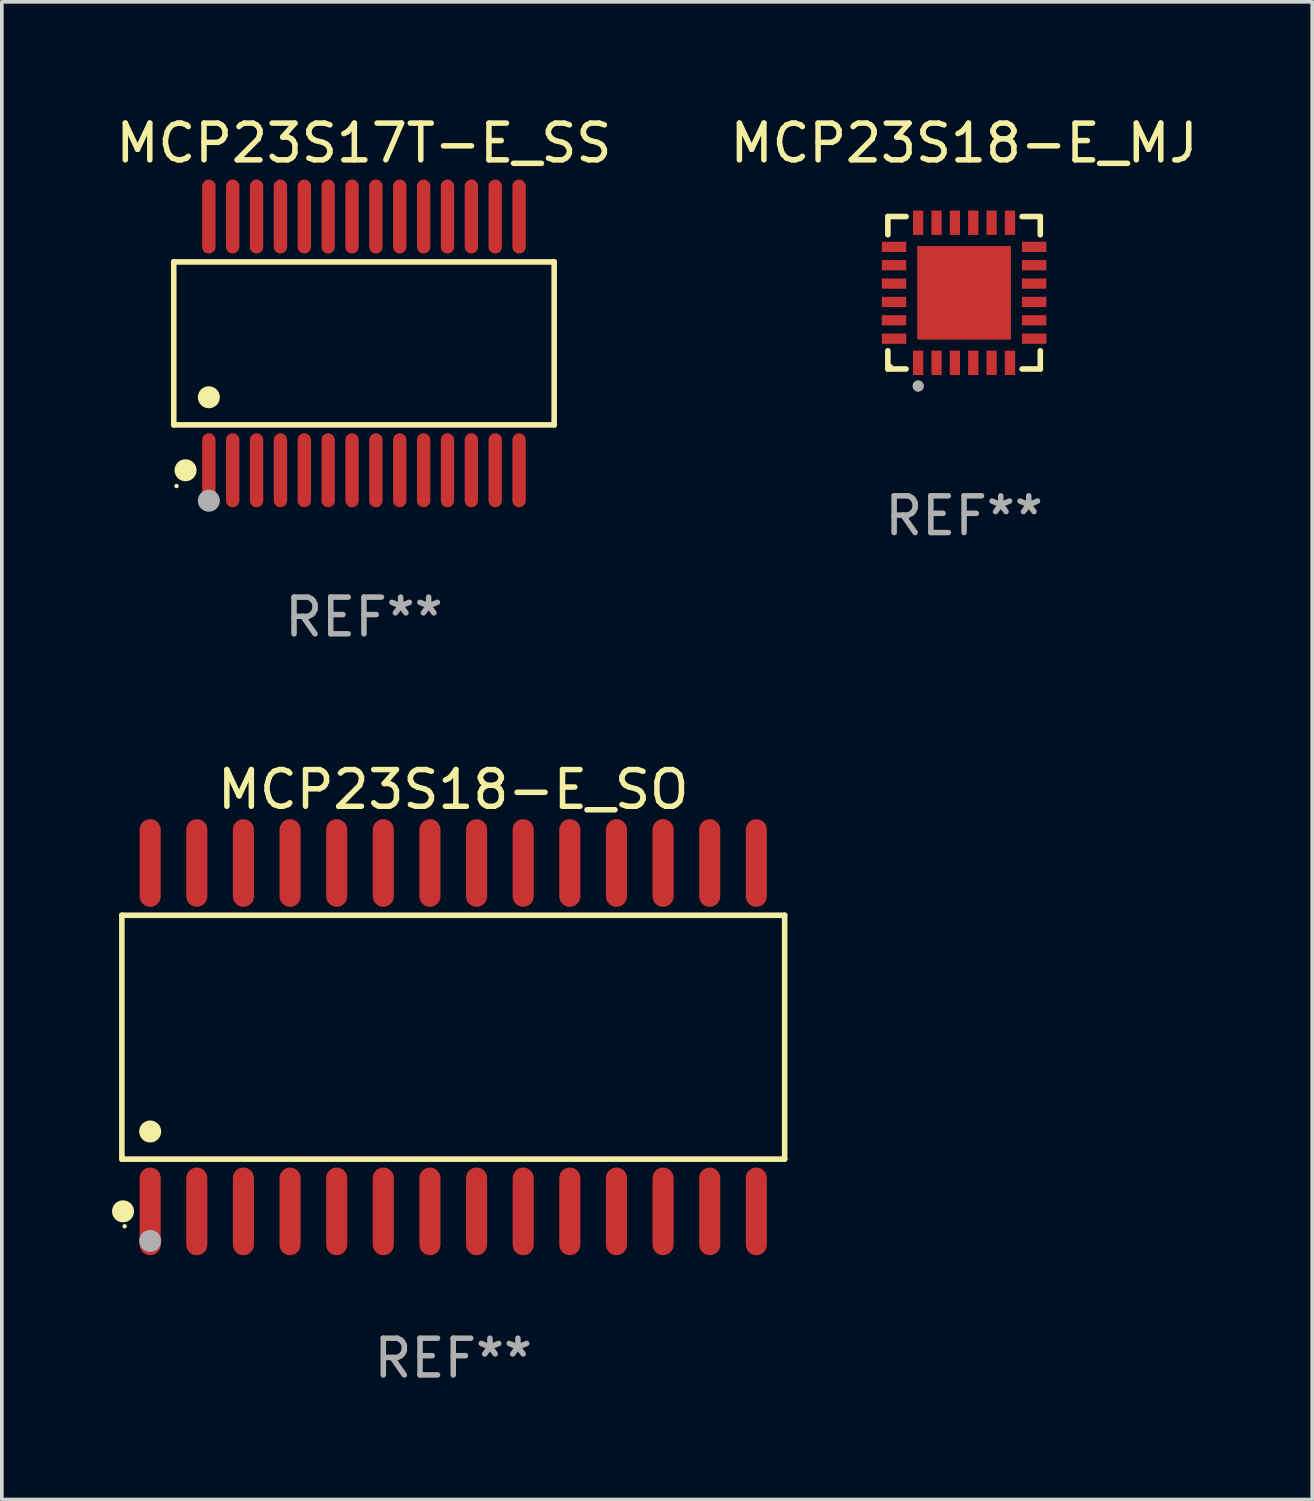
<source format=kicad_pcb>
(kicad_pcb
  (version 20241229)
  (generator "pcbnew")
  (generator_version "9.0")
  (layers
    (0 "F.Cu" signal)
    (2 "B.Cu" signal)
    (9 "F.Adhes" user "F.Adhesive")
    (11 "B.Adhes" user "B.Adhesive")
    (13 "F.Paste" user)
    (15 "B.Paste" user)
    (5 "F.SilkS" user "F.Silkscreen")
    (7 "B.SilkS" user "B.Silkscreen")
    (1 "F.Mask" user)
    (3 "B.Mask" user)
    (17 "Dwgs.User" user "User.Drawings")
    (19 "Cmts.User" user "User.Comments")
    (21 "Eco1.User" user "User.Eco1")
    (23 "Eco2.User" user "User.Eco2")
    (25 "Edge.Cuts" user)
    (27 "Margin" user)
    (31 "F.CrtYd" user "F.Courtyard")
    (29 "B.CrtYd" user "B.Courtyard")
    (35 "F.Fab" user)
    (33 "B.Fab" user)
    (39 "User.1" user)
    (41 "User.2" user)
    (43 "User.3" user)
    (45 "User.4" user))
  (footprint "MCP23S17T-E_SS"
    (layer "F.Cu")
    (at 6.863 6.303)
    (property "Reference" "MCP23S17T-E_SS" (at 0 -5.455 0) (layer "F.SilkS") (effects (font (size 1 1) (thickness 0.15))))
    (attr through_hole)
    (fp_line (start -5.181 -2.219) (end 5.181 -2.219) (stroke (width 0.152) (type solid)) (layer "F.SilkS"))
    (fp_line (start -5.181 2.219) (end -5.181 -2.219) (stroke (width 0.152) (type solid)) (layer "F.SilkS"))
    (fp_line (start 5.181 -2.219) (end 5.181 2.219) (stroke (width 0.152) (type solid)) (layer "F.SilkS"))
    (fp_line (start 5.181 2.219) (end -5.181 2.219) (stroke (width 0.152) (type solid)) (layer "F.SilkS"))
    (fp_circle (center -5.105 3.885) (end -5.075 3.885) (stroke (width 0.06) (type solid)) (fill no) (layer "F.SilkS"))
    (fp_circle (center -4.859 3.455) (end -4.709 3.455) (stroke (width 0.3) (type solid)) (fill no) (layer "F.SilkS"))
    (fp_circle (center -4.225 1.467) (end -4.075 1.467) (stroke (width 0.3) (type solid)) (fill no) (layer "F.SilkS"))
    (fp_circle (center -4.225 4.285) (end -4.075 4.285) (stroke (width 0.3) (type solid)) (fill no) (layer "F.Fab"))
    (fp_text user "REF**" (at 0 7.455 0) (layer "F.Fab") (effects (font (size 1 1) (thickness 0.15))))
    (pad "1" smd oval (at -4.225 3.455) (size 0.364 2.015) (layers "F.Cu" "F.Mask" "F.Paste"))
    (pad "2" smd oval (at -3.575 3.455) (size 0.364 2.015) (layers "F.Cu" "F.Mask" "F.Paste"))
    (pad "3" smd oval (at -2.925 3.455) (size 0.364 2.015) (layers "F.Cu" "F.Mask" "F.Paste"))
    (pad "4" smd oval (at -2.275 3.455) (size 0.364 2.015) (layers "F.Cu" "F.Mask" "F.Paste"))
    (pad "5" smd oval (at -1.625 3.455) (size 0.364 2.015) (layers "F.Cu" "F.Mask" "F.Paste"))
    (pad "6" smd oval (at -0.975 3.455) (size 0.364 2.015) (layers "F.Cu" "F.Mask" "F.Paste"))
    (pad "7" smd oval (at -0.325 3.455) (size 0.364 2.015) (layers "F.Cu" "F.Mask" "F.Paste"))
    (pad "8" smd oval (at 0.325 3.455) (size 0.364 2.015) (layers "F.Cu" "F.Mask" "F.Paste"))
    (pad "9" smd oval (at 0.975 3.455) (size 0.364 2.015) (layers "F.Cu" "F.Mask" "F.Paste"))
    (pad "10" smd oval (at 1.625 3.455) (size 0.364 2.015) (layers "F.Cu" "F.Mask" "F.Paste"))
    (pad "11" smd oval (at 2.275 3.455) (size 0.364 2.015) (layers "F.Cu" "F.Mask" "F.Paste"))
    (pad "12" smd oval (at 2.925 3.455) (size 0.364 2.015) (layers "F.Cu" "F.Mask" "F.Paste"))
    (pad "13" smd oval (at 3.575 3.455) (size 0.364 2.015) (layers "F.Cu" "F.Mask" "F.Paste"))
    (pad "14" smd oval (at 4.225 3.455) (size 0.364 2.015) (layers "F.Cu" "F.Mask" "F.Paste"))
    (pad "15" smd oval (at 4.225 -3.455) (size 0.364 2.015) (layers "F.Cu" "F.Mask" "F.Paste"))
    (pad "16" smd oval (at 3.575 -3.455) (size 0.364 2.015) (layers "F.Cu" "F.Mask" "F.Paste"))
    (pad "17" smd oval (at 2.925 -3.455) (size 0.364 2.015) (layers "F.Cu" "F.Mask" "F.Paste"))
    (pad "18" smd oval (at 2.275 -3.455) (size 0.364 2.015) (layers "F.Cu" "F.Mask" "F.Paste"))
    (pad "19" smd oval (at 1.625 -3.455) (size 0.364 2.015) (layers "F.Cu" "F.Mask" "F.Paste"))
    (pad "20" smd oval (at 0.975 -3.455) (size 0.364 2.015) (layers "F.Cu" "F.Mask" "F.Paste"))
    (pad "21" smd oval (at 0.325 -3.455) (size 0.364 2.015) (layers "F.Cu" "F.Mask" "F.Paste"))
    (pad "22" smd oval (at -0.325 -3.455) (size 0.364 2.015) (layers "F.Cu" "F.Mask" "F.Paste"))
    (pad "23" smd oval (at -0.975 -3.455) (size 0.364 2.015) (layers "F.Cu" "F.Mask" "F.Paste"))
    (pad "24" smd oval (at -1.625 -3.455) (size 0.364 2.015) (layers "F.Cu" "F.Mask" "F.Paste"))
    (pad "25" smd oval (at -2.275 -3.455) (size 0.364 2.015) (layers "F.Cu" "F.Mask" "F.Paste"))
    (pad "26" smd oval (at -2.925 -3.455) (size 0.364 2.015) (layers "F.Cu" "F.Mask" "F.Paste"))
    (pad "27" smd oval (at -3.575 -3.455) (size 0.364 2.015) (layers "F.Cu" "F.Mask" "F.Paste"))
    (pad "28" smd oval (at -4.225 -3.455) (size 0.364 2.015) (layers "F.Cu" "F.Mask" "F.Paste")))
  (footprint "MCP23S18-E_SO"
    (layer "F.Cu")
    (at 9.295 25.199)
    (property "Reference" "MCP23S18-E_SO" (at 0 -6.744 0) (layer "F.SilkS") (effects (font (size 1 1) (thickness 0.15))))
    (attr through_hole)
    (fp_line (start -9.026 -3.321) (end 9.026 -3.321) (stroke (width 0.152) (type solid)) (layer "F.SilkS"))
    (fp_line (start -9.026 3.321) (end -9.026 -3.321) (stroke (width 0.152) (type solid)) (layer "F.SilkS"))
    (fp_line (start 9.026 -3.321) (end 9.026 3.321) (stroke (width 0.152) (type solid)) (layer "F.SilkS"))
    (fp_line (start 9.026 3.321) (end -9.026 3.321) (stroke (width 0.152) (type solid)) (layer "F.SilkS"))
    (fp_circle (center -8.994 4.744) (end -8.844 4.744) (stroke (width 0.3) (type solid)) (fill no) (layer "F.SilkS"))
    (fp_circle (center -8.95 5.15) (end -8.92 5.15) (stroke (width 0.06) (type solid)) (fill no) (layer "F.SilkS"))
    (fp_circle (center -8.255 2.569) (end -8.105 2.569) (stroke (width 0.3) (type solid)) (fill no) (layer "F.SilkS"))
    (fp_circle (center -8.255 5.55) (end -8.105 5.55) (stroke (width 0.3) (type solid)) (fill no) (layer "F.Fab"))
    (fp_text user "REF**" (at 0 8.744 0) (layer "F.Fab") (effects (font (size 1 1) (thickness 0.15))))
    (pad "1" smd oval (at -8.255 4.744) (size 0.574 2.388) (layers "F.Cu" "F.Mask" "F.Paste"))
    (pad "2" smd oval (at -6.985 4.744) (size 0.574 2.388) (layers "F.Cu" "F.Mask" "F.Paste"))
    (pad "3" smd oval (at -5.715 4.744) (size 0.574 2.388) (layers "F.Cu" "F.Mask" "F.Paste"))
    (pad "4" smd oval (at -4.445 4.744) (size 0.574 2.388) (layers "F.Cu" "F.Mask" "F.Paste"))
    (pad "5" smd oval (at -3.175 4.744) (size 0.574 2.388) (layers "F.Cu" "F.Mask" "F.Paste"))
    (pad "6" smd oval (at -1.905 4.744) (size 0.574 2.388) (layers "F.Cu" "F.Mask" "F.Paste"))
    (pad "7" smd oval (at -0.635 4.744) (size 0.574 2.388) (layers "F.Cu" "F.Mask" "F.Paste"))
    (pad "8" smd oval (at 0.635 4.744) (size 0.574 2.388) (layers "F.Cu" "F.Mask" "F.Paste"))
    (pad "9" smd oval (at 1.905 4.744) (size 0.574 2.388) (layers "F.Cu" "F.Mask" "F.Paste"))
    (pad "10" smd oval (at 3.175 4.744) (size 0.574 2.388) (layers "F.Cu" "F.Mask" "F.Paste"))
    (pad "11" smd oval (at 4.445 4.744) (size 0.574 2.388) (layers "F.Cu" "F.Mask" "F.Paste"))
    (pad "12" smd oval (at 5.715 4.744) (size 0.574 2.388) (layers "F.Cu" "F.Mask" "F.Paste"))
    (pad "13" smd oval (at 6.985 4.744) (size 0.574 2.388) (layers "F.Cu" "F.Mask" "F.Paste"))
    (pad "14" smd oval (at 8.255 4.744) (size 0.574 2.388) (layers "F.Cu" "F.Mask" "F.Paste"))
    (pad "15" smd oval (at 8.255 -4.744) (size 0.574 2.388) (layers "F.Cu" "F.Mask" "F.Paste"))
    (pad "16" smd oval (at 6.985 -4.744) (size 0.574 2.388) (layers "F.Cu" "F.Mask" "F.Paste"))
    (pad "17" smd oval (at 5.715 -4.744) (size 0.574 2.388) (layers "F.Cu" "F.Mask" "F.Paste"))
    (pad "18" smd oval (at 4.445 -4.744) (size 0.574 2.388) (layers "F.Cu" "F.Mask" "F.Paste"))
    (pad "19" smd oval (at 3.175 -4.744) (size 0.574 2.388) (layers "F.Cu" "F.Mask" "F.Paste"))
    (pad "20" smd oval (at 1.905 -4.744) (size 0.574 2.388) (layers "F.Cu" "F.Mask" "F.Paste"))
    (pad "21" smd oval (at 0.635 -4.744) (size 0.574 2.388) (layers "F.Cu" "F.Mask" "F.Paste"))
    (pad "22" smd oval (at -0.635 -4.744) (size 0.574 2.388) (layers "F.Cu" "F.Mask" "F.Paste"))
    (pad "23" smd oval (at -1.905 -4.744) (size 0.574 2.388) (layers "F.Cu" "F.Mask" "F.Paste"))
    (pad "24" smd oval (at -3.175 -4.744) (size 0.574 2.388) (layers "F.Cu" "F.Mask" "F.Paste"))
    (pad "25" smd oval (at -4.445 -4.744) (size 0.574 2.388) (layers "F.Cu" "F.Mask" "F.Paste"))
    (pad "26" smd oval (at -5.715 -4.744) (size 0.574 2.388) (layers "F.Cu" "F.Mask" "F.Paste"))
    (pad "27" smd oval (at -6.985 -4.744) (size 0.574 2.388) (layers "F.Cu" "F.Mask" "F.Paste"))
    (pad "28" smd oval (at -8.255 -4.744) (size 0.574 2.388) (layers "F.Cu" "F.Mask" "F.Paste")))
  (footprint "MCP23S18-E_MJ"
    (layer "F.Cu")
    (at 23.208 4.924)
    (property "Reference" "MCP23S18-E_MJ" (at 0 -4.076 0) (layer "F.SilkS") (effects (font (size 1 1) (thickness 0.15))))
    (attr through_hole)
    (fp_line (start -2.076 -2.076) (end -1.58 -2.076) (stroke (width 0.152) (type solid)) (layer "F.SilkS"))
    (fp_line (start -2.076 -1.58) (end -2.076 -2.076) (stroke (width 0.152) (type solid)) (layer "F.SilkS"))
    (fp_line (start -2.076 1.58) (end -2.076 2.076) (stroke (width 0.152) (type solid)) (layer "F.SilkS"))
    (fp_line (start -2.076 2.076) (end -1.58 2.076) (stroke (width 0.152) (type solid)) (layer "F.SilkS"))
    (fp_line (start 2.076 -2.076) (end 1.58 -2.076) (stroke (width 0.152) (type solid)) (layer "F.SilkS"))
    (fp_line (start 2.076 -1.58) (end 2.076 -2.076) (stroke (width 0.152) (type solid)) (layer "F.SilkS"))
    (fp_line (start 2.076 1.58) (end 2.076 2.076) (stroke (width 0.152) (type solid)) (layer "F.SilkS"))
    (fp_line (start 2.076 2.076) (end 1.58 2.076) (stroke (width 0.152) (type solid)) (layer "F.SilkS"))
    (fp_circle (center -2 2) (end -1.97 2) (stroke (width 0.06) (type solid)) (fill no) (layer "F.SilkS"))
    (fp_circle (center -1.25 2.54) (end -1.175 2.54) (stroke (width 0.15) (type solid)) (fill no) (layer "F.SilkS"))
    (fp_circle (center -1.25 2.54) (end -1.175 2.54) (stroke (width 0.15) (type solid)) (fill no) (layer "F.Fab"))
    (fp_text user "REF**" (at 0 6.076 0) (layer "F.Fab") (effects (font (size 1 1) (thickness 0.15))))
    (pad "1" smd rect (at -1.25 1.908) (size 0.28 0.665) (layers "F.Cu" "F.Mask" "F.Paste"))
    (pad "2" smd rect (at -0.75 1.908) (size 0.28 0.665) (layers "F.Cu" "F.Mask" "F.Paste"))
    (pad "3" smd rect (at -0.25 1.908) (size 0.28 0.665) (layers "F.Cu" "F.Mask" "F.Paste"))
    (pad "4" smd rect (at 0.25 1.908) (size 0.28 0.665) (layers "F.Cu" "F.Mask" "F.Paste"))
    (pad "5" smd rect (at 0.75 1.908) (size 0.28 0.665) (layers "F.Cu" "F.Mask" "F.Paste"))
    (pad "6" smd rect (at 1.25 1.908) (size 0.28 0.665) (layers "F.Cu" "F.Mask" "F.Paste"))
    (pad "7" smd rect (at 1.908 1.25) (size 0.665 0.28) (layers "F.Cu" "F.Mask" "F.Paste"))
    (pad "8" smd rect (at 1.908 0.75) (size 0.665 0.28) (layers "F.Cu" "F.Mask" "F.Paste"))
    (pad "9" smd rect (at 1.908 0.25) (size 0.665 0.28) (layers "F.Cu" "F.Mask" "F.Paste"))
    (pad "10" smd rect (at 1.908 -0.25) (size 0.665 0.28) (layers "F.Cu" "F.Mask" "F.Paste"))
    (pad "11" smd rect (at 1.908 -0.75) (size 0.665 0.28) (layers "F.Cu" "F.Mask" "F.Paste"))
    (pad "12" smd rect (at 1.908 -1.25) (size 0.665 0.28) (layers "F.Cu" "F.Mask" "F.Paste"))
    (pad "13" smd rect (at 1.25 -1.908) (size 0.28 0.665) (layers "F.Cu" "F.Mask" "F.Paste"))
    (pad "14" smd rect (at 0.75 -1.908) (size 0.28 0.665) (layers "F.Cu" "F.Mask" "F.Paste"))
    (pad "15" smd rect (at 0.25 -1.908) (size 0.28 0.665) (layers "F.Cu" "F.Mask" "F.Paste"))
    (pad "16" smd rect (at -0.25 -1.908) (size 0.28 0.665) (layers "F.Cu" "F.Mask" "F.Paste"))
    (pad "17" smd rect (at -0.75 -1.908) (size 0.28 0.665) (layers "F.Cu" "F.Mask" "F.Paste"))
    (pad "18" smd rect (at -1.25 -1.908) (size 0.28 0.665) (layers "F.Cu" "F.Mask" "F.Paste"))
    (pad "19" smd rect (at -1.908 -1.25) (size 0.665 0.28) (layers "F.Cu" "F.Mask" "F.Paste"))
    (pad "20" smd rect (at -1.908 -0.75) (size 0.665 0.28) (layers "F.Cu" "F.Mask" "F.Paste"))
    (pad "21" smd rect (at -1.908 -0.25) (size 0.665 0.28) (layers "F.Cu" "F.Mask" "F.Paste"))
    (pad "22" smd rect (at -1.908 0.25) (size 0.665 0.28) (layers "F.Cu" "F.Mask" "F.Paste"))
    (pad "23" smd rect (at -1.908 0.75) (size 0.665 0.28) (layers "F.Cu" "F.Mask" "F.Paste"))
    (pad "24" smd rect (at -1.908 1.25) (size 0.665 0.28) (layers "F.Cu" "F.Mask" "F.Paste"))
    (pad "25" smd rect (at 0 0) (size 2.55 2.55) (layers "F.Cu" "F.Mask" "F.Paste")))
  (gr_rect
    (start -3 -3)
    (end 32.69 37.791)
    (stroke (width 0.1) (type default))
    (fill no)
    (layer "Edge.Cuts")))
</source>
